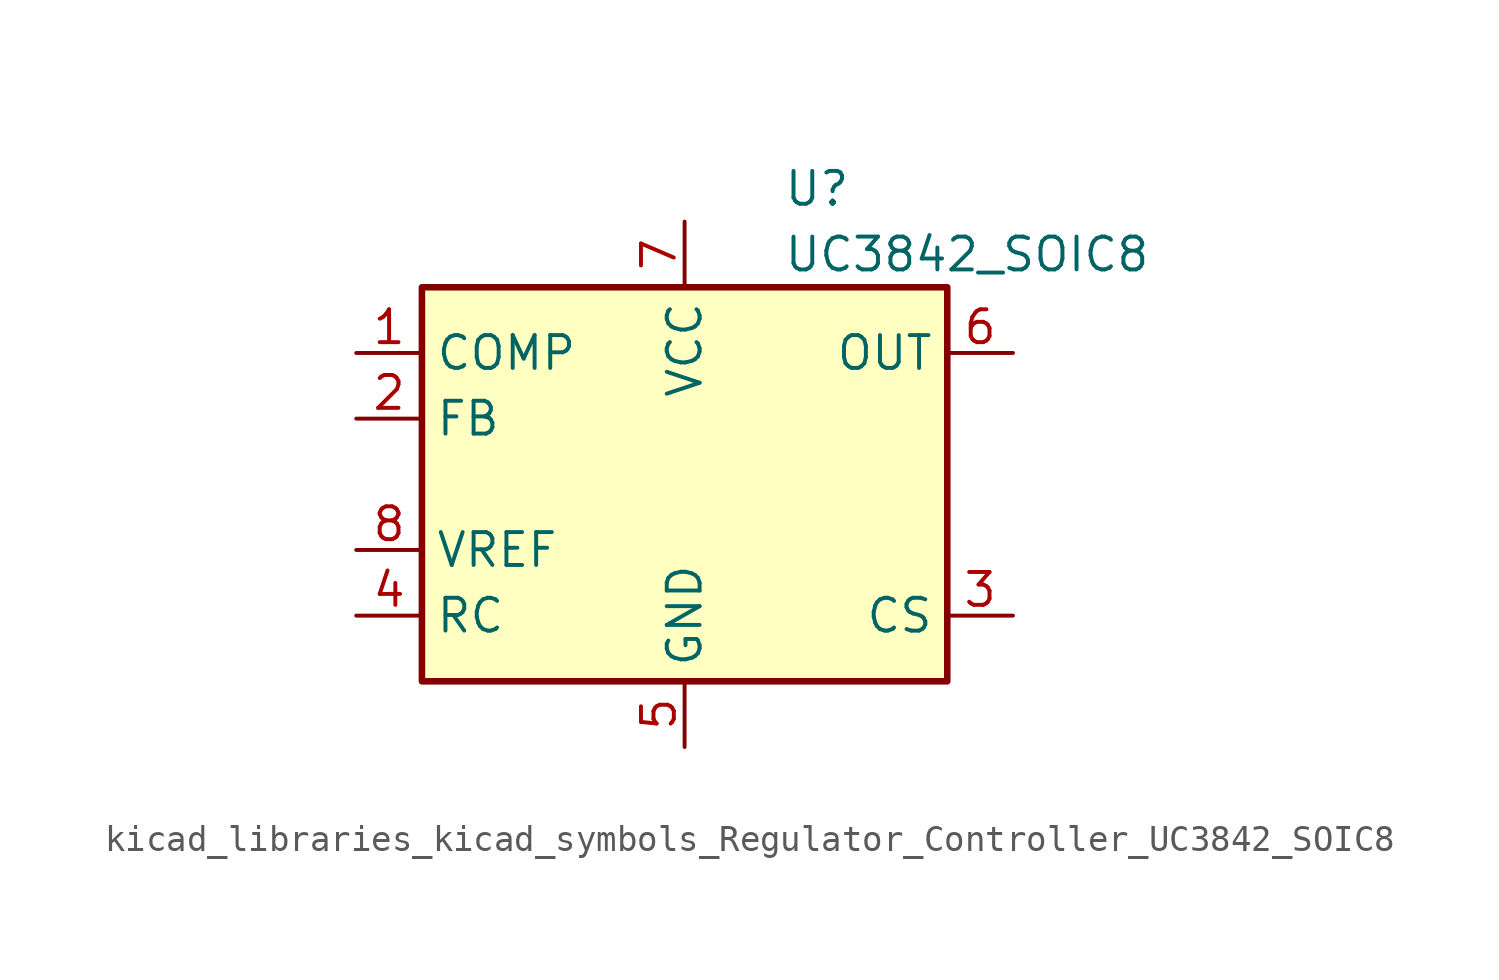
<source format=kicad_sym>
(kicad_symbol_lib
  (version 20220914)
  (generator kicad_symbol_editor)
  (symbol "kicad_libraries_kicad_symbols_Regulator_Controller_UC3842_SOIC8"
    (property "Reference" "U"
      (at 3.81 11.43 0)
      (effects (font (size 1.27 1.27)) (justify left)))
    (property "Value" "UC3842_SOIC8"
      (at 3.81 8.89 0)
      (effects (font (size 1.27 1.27)) (justify left)))
    (symbol "kicad_libraries_kicad_symbols_Regulator_Controller_UC3842_SOIC8_0_1"
      (rectangle (start -10.16 -7.62) (end 10.16 7.62) (stroke (width 0.254) (type default)) (fill (type background))))
    (symbol "kicad_libraries_kicad_symbols_Regulator_Controller_UC3842_SOIC8_1_1"
      (pin passive line (at -12.7 5.08 0) (length 2.54) (name "COMP" (effects (font (size 1.27 1.27)))) (number "1" (effects (font (size 1.27 1.27)))))
      (pin input line (at -12.7 2.54 0) (length 2.54) (name "FB" (effects (font (size 1.27 1.27)))) (number "2" (effects (font (size 1.27 1.27)))))
      (pin input line (at 12.7 -5.08 180) (length 2.54) (name "CS" (effects (font (size 1.27 1.27)))) (number "3" (effects (font (size 1.27 1.27)))))
      (pin passive line (at -12.7 -5.08 0) (length 2.54) (name "RC" (effects (font (size 1.27 1.27)))) (number "4" (effects (font (size 1.27 1.27)))))
      (pin power_in line (at 0 -10.16 90) (length 2.54) (name "GND" (effects (font (size 1.27 1.27)))) (number "5" (effects (font (size 1.27 1.27)))))
      (pin output line (at 12.7 5.08 180) (length 2.54) (name "OUT" (effects (font (size 1.27 1.27)))) (number "6" (effects (font (size 1.27 1.27)))))
      (pin power_in line (at 0 10.16 270) (length 2.54) (name "VCC" (effects (font (size 1.27 1.27)))) (number "7" (effects (font (size 1.27 1.27)))))
      (pin power_out line (at -12.7 -2.54 0) (length 2.54) (name "VREF" (effects (font (size 1.27 1.27)))) (number "8" (effects (font (size 1.27 1.27))))))))
</source>
